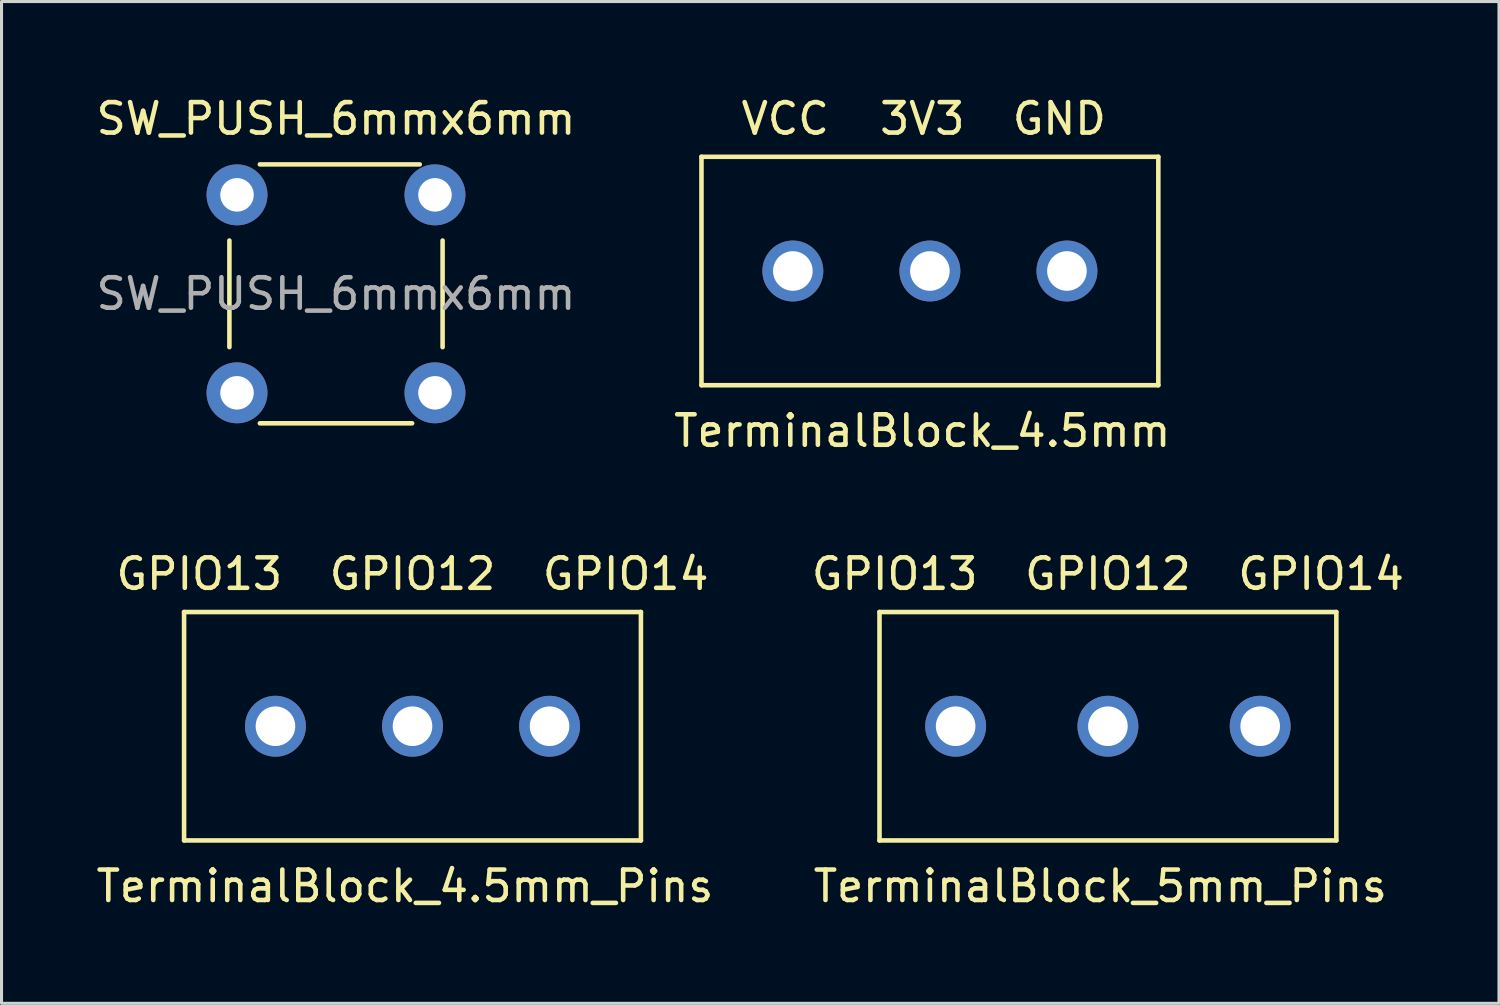
<source format=kicad_pcb>
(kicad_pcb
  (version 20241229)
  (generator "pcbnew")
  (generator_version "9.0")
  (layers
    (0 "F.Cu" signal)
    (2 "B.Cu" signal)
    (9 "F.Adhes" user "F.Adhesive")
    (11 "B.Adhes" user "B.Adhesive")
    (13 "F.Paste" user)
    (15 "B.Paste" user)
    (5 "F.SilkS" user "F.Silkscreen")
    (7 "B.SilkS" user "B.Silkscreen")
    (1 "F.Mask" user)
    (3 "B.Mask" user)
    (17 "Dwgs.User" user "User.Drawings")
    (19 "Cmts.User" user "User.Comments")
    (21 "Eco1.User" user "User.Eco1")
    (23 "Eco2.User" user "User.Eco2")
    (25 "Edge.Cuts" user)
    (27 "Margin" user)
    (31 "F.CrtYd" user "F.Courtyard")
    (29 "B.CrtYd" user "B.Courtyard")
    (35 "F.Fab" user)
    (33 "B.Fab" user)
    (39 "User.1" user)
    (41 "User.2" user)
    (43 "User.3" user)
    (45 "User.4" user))
  (footprint "TerminalBlock_5mm_Pins"
    (layer "F.Cu")
    (at 33.327 20.795)
    (property "Reference" "TerminalBlock_5mm_Pins" (at -0.25 5.25 0) (layer "F.SilkS") (effects (font (size 1 1) (thickness 0.15))))
    (attr through_hole)
    (fp_line (start -7.5 3.75) (end -7.5 -3.75) (stroke (width 0.15) (type solid)) (layer "F.SilkS"))
    (fp_line (start -7.5 3.75) (end 7.5 3.75) (stroke (width 0.15) (type solid)) (layer "F.SilkS"))
    (fp_line (start 7.5 -3.75) (end -7.5 -3.75) (stroke (width 0.15) (type solid)) (layer "F.SilkS"))
    (fp_line (start 7.5 3.75) (end 7.5 -3.75) (stroke (width 0.15) (type solid)) (layer "F.SilkS"))
    (fp_text user "GPIO13" (at -7 -5 0) (layer "F.SilkS") (effects (font (size 1 1) (thickness 0.15))))
    (fp_text user "GPIO14" (at 7 -5 0) (layer "F.SilkS") (effects (font (size 1 1) (thickness 0.15))))
    (fp_text user "GPIO12" (at 0 -5 0) (layer "F.SilkS") (effects (font (size 1 1) (thickness 0.15))))
    (pad "1" thru_hole circle (at -5 0) (size 2 2) (drill 1.3) (layers "*.Cu" "*.Mask"))
    (pad "2" thru_hole circle (at 0 0) (size 2 2) (drill 1.3) (layers "*.Cu" "*.Mask"))
    (pad "3" thru_hole circle (at 5 0) (size 2 2) (drill 1.3) (layers "*.Cu" "*.Mask")))
  (footprint "TerminalBlock_4.5mm"
    (layer "F.Cu")
    (at 27.482 5.848)
    (property "Reference" "TerminalBlock_4.5mm" (at -0.25 5.25 0) (layer "F.SilkS") (effects (font (size 1 1) (thickness 0.15))))
    (attr through_hole)
    (fp_line (start -7.5 3.75) (end -7.5 -3.75) (stroke (width 0.15) (type solid)) (layer "F.SilkS"))
    (fp_line (start -7.5 3.75) (end 7.5 3.75) (stroke (width 0.15) (type solid)) (layer "F.SilkS"))
    (fp_line (start 7.5 -3.75) (end -7.5 -3.75) (stroke (width 0.15) (type solid)) (layer "F.SilkS"))
    (fp_line (start 7.5 3.75) (end 7.5 -3.75) (stroke (width 0.15) (type solid)) (layer "F.SilkS"))
    (fp_text user "VCC" (at -4.75 -5 0) (layer "F.SilkS") (effects (font (size 1 1) (thickness 0.15))))
    (fp_text user "3V3" (at -0.25 -5 0) (layer "F.SilkS") (effects (font (size 1 1) (thickness 0.15))))
    (fp_text user "GND" (at 4.25 -5 0) (layer "F.SilkS") (effects (font (size 1 1) (thickness 0.15))))
    (pad "1" thru_hole circle (at -4.5 0) (size 2 2) (drill 1.3) (layers "*.Cu" "*.Mask"))
    (pad "2" thru_hole circle (at 0 0) (size 2 2) (drill 1.3) (layers "*.Cu" "*.Mask"))
    (pad "3" thru_hole circle (at 4.5 0) (size 2 2) (drill 1.3) (layers "*.Cu" "*.Mask")))
  (footprint "TerminalBlock_4.5mm_Pins"
    (layer "F.Cu")
    (at 10.494 20.795)
    (property "Reference" "TerminalBlock_4.5mm_Pins" (at -0.25 5.25 0) (layer "F.SilkS") (effects (font (size 1 1) (thickness 0.15))))
    (attr through_hole)
    (fp_line (start -7.5 3.75) (end -7.5 -3.75) (stroke (width 0.15) (type solid)) (layer "F.SilkS"))
    (fp_line (start -7.5 3.75) (end 7.5 3.75) (stroke (width 0.15) (type solid)) (layer "F.SilkS"))
    (fp_line (start 7.5 -3.75) (end -7.5 -3.75) (stroke (width 0.15) (type solid)) (layer "F.SilkS"))
    (fp_line (start 7.5 3.75) (end 7.5 -3.75) (stroke (width 0.15) (type solid)) (layer "F.SilkS"))
    (fp_text user "GPIO13" (at -7 -5 0) (layer "F.SilkS") (effects (font (size 1 1) (thickness 0.15))))
    (fp_text user "GPIO14" (at 7 -5 0) (layer "F.SilkS") (effects (font (size 1 1) (thickness 0.15))))
    (fp_text user "GPIO12" (at 0 -5 0) (layer "F.SilkS") (effects (font (size 1 1) (thickness 0.15))))
    (pad "1" thru_hole circle (at -4.5 0) (size 2 2) (drill 1.3) (layers "*.Cu" "*.Mask"))
    (pad "2" thru_hole circle (at 0 0) (size 2 2) (drill 1.3) (layers "*.Cu" "*.Mask"))
    (pad "3" thru_hole circle (at 4.5 0) (size 2 2) (drill 1.3) (layers "*.Cu" "*.Mask")))
  (footprint "SW_PUSH_6mmx6mm"
    (layer "F.Cu")
    (at 4.732 3.348)
    (property "Reference" "SW_PUSH_6mmx6mm" (at 3.25 -2.5 0) (layer "F.SilkS") (effects (font (size 1 1) (thickness 0.15))))
    (attr through_hole)
    (fp_line (start -0.25 1.5) (end -0.25 5) (stroke (width 0.15) (type solid)) (layer "F.SilkS"))
    (fp_line (start 0.75 -1) (end 6 -1) (stroke (width 0.15) (type solid)) (layer "F.SilkS"))
    (fp_line (start 0.75 7.5) (end 5.75 7.5) (stroke (width 0.15) (type solid)) (layer "F.SilkS"))
    (fp_line (start 6.75 1.5) (end 6.75 5) (stroke (width 0.15) (type solid)) (layer "F.SilkS"))
    (fp_text user "${REFERENCE}" (at 3.25 3.25 0) (layer "F.Fab") (effects (font (size 1 1) (thickness 0.15))))
    (pad "1" thru_hole circle (at 0 0 90) (size 2 2) (drill 1.1) (layers "*.Cu" "*.Mask"))
    (pad "1" thru_hole circle (at 6.5 0 90) (size 2 2) (drill 1.1) (layers "*.Cu" "*.Mask"))
    (pad "2" thru_hole circle (at 0 6.5 90) (size 2 2) (drill 1.1) (layers "*.Cu" "*.Mask"))
    (pad "2" thru_hole circle (at 6.5 6.5 90) (size 2 2) (drill 1.1) (layers "*.Cu" "*.Mask")))
  (gr_rect
    (start -3 -3)
    (end 46.167 29.893)
    (stroke (width 0.1) (type default))
    (fill no)
    (layer "Edge.Cuts")))
</source>
